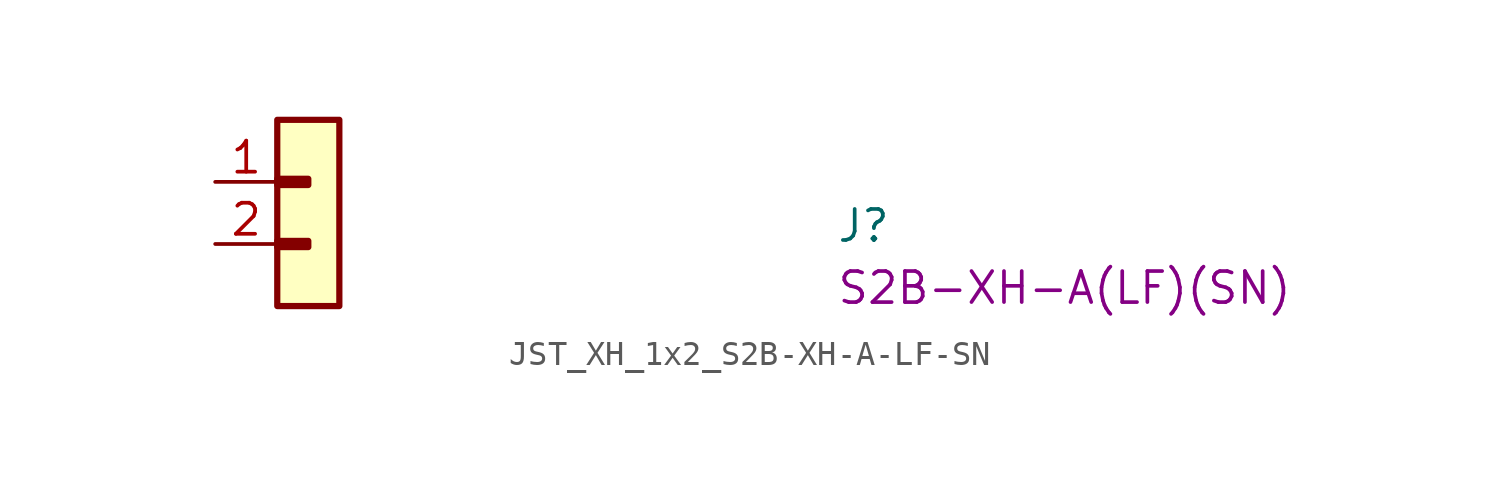
<source format=kicad_sym>
(kicad_symbol_lib
  (version 20220914)
  (generator kicad_symbol_editor)
  (symbol "JST_XH_1x2_S2B-XH-A-LF-SN"
    (property "Reference" "J"
      (at 25.4 -2.54 0)
      (effects (font (size 1.27 1.27) (thickness 0.15)) (justify left bottom)))
    (property "MPN" "S2B-XH-A(LF)(SN)"
      (at 25.4 -5.08 0)
      (effects (font (size 1.27 1.27) (thickness 0.15)) (justify left bottom)))
    (symbol "JST_XH_1x2_S2B-XH-A-LF-SN_1_1"
      (rectangle (start 2.54 -2.413) (end 3.81 -2.667) (stroke (width 0.254) (type default)) (fill (type background)))
      (rectangle (start 2.54 0.127) (end 3.81 -0.127) (stroke (width 0.254) (type default)) (fill (type background)))
      (rectangle (start 2.54 2.54) (end 5.08 -5.08) (stroke (width 0.254) (type default)) (fill (type background)))
      (pin input line (at 0 0 0) (length 2.54) (name "~" (effects (font (size 1.27 1.27)))) (number "1" (effects (font (size 1.27 1.27)))))
      (pin input line (at 0 -2.54 0) (length 2.54) (name "~" (effects (font (size 1.27 1.27)))) (number "2" (effects (font (size 1.27 1.27))))))))
</source>
